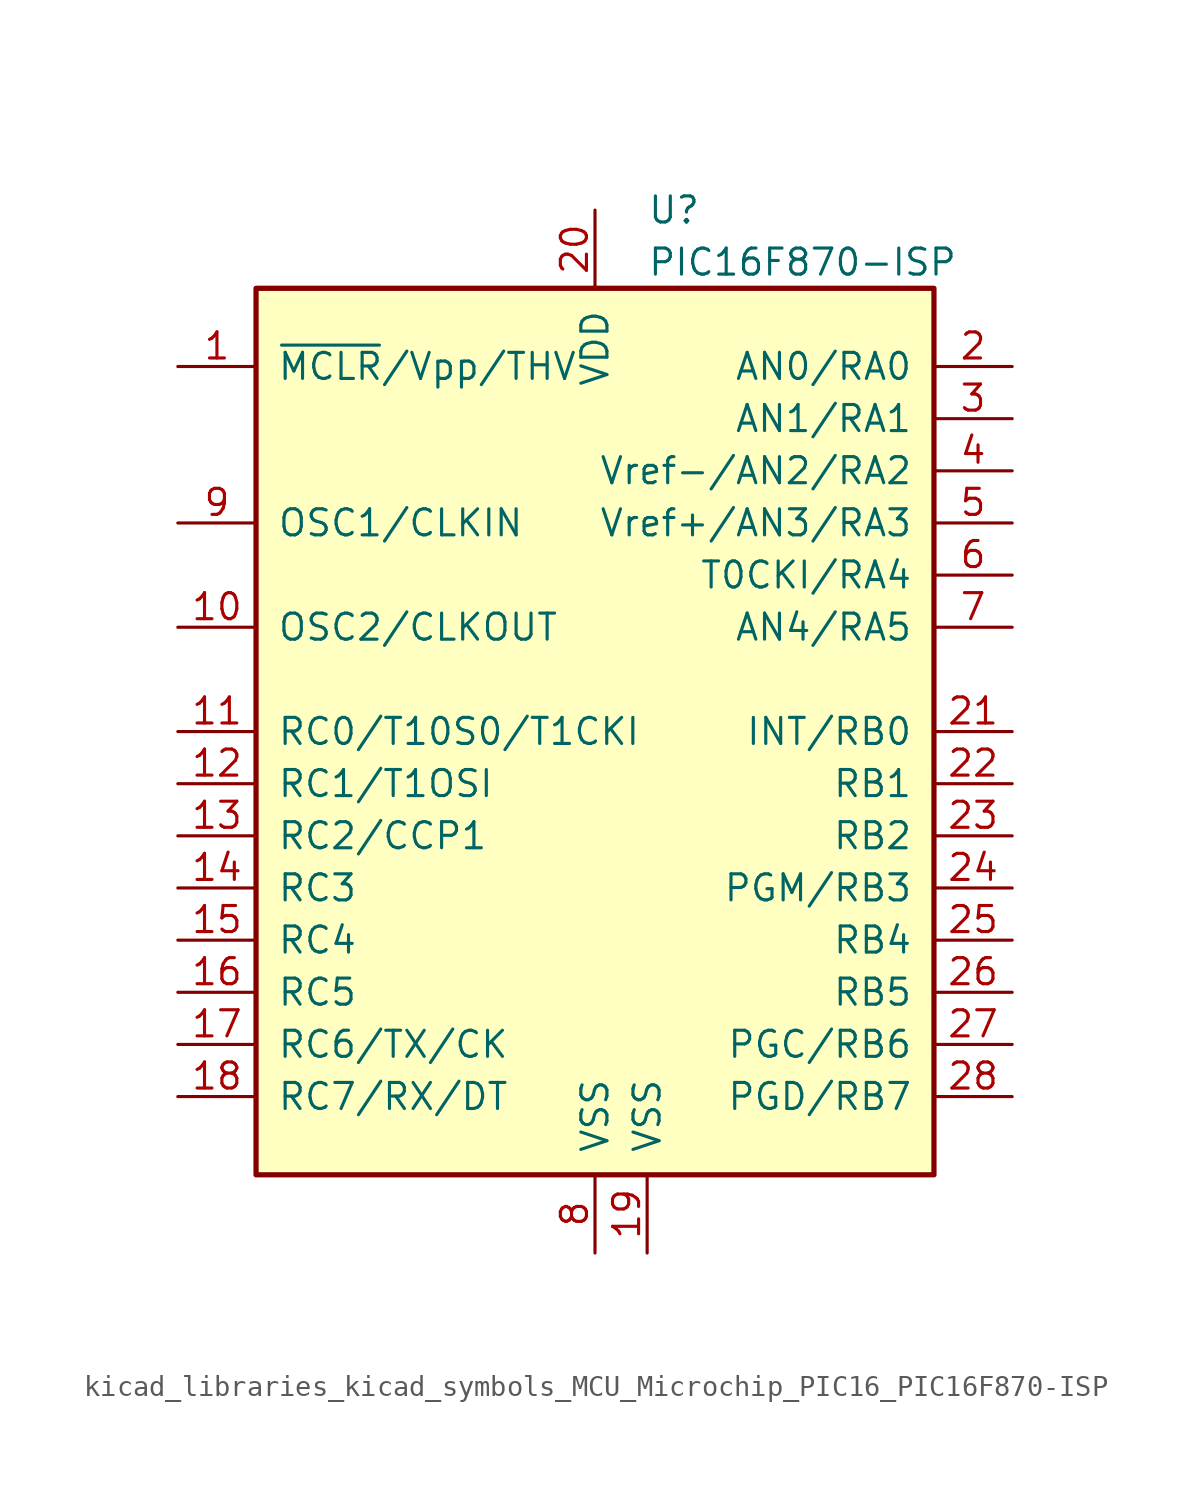
<source format=kicad_sym>
(kicad_symbol_lib
  (version 20220914)
  (generator kicad_symbol_editor)
  (symbol "kicad_libraries_kicad_symbols_MCU_Microchip_PIC16_PIC16F870-ISP"
    (pin_names
      (offset 1.016))
    (property "Reference" "U"
      (at 2.54 25.4 0)
      (effects (font (size 1.27 1.27)) (justify left)))
    (property "Value" "PIC16F870-ISP"
      (at 2.54 22.86 0)
      (effects (font (size 1.27 1.27)) (justify left)))
    (symbol "kicad_libraries_kicad_symbols_MCU_Microchip_PIC16_PIC16F870-ISP_0_1"
      (rectangle (start -16.51 -21.59) (end 16.51 21.59) (stroke (width 0.254) (type default)) (fill (type background))))
    (symbol "kicad_libraries_kicad_symbols_MCU_Microchip_PIC16_PIC16F870-ISP_1_1"
      (pin input line (at -20.32 17.78 0) (length 3.81) (name "~{MCLR}/Vpp/THV" (effects (font (size 1.27 1.27)))) (number "1" (effects (font (size 1.27 1.27)))))
      (pin output line (at -20.32 5.08 0) (length 3.81) (name "OSC2/CLKOUT" (effects (font (size 1.27 1.27)))) (number "10" (effects (font (size 1.27 1.27)))))
      (pin bidirectional line (at -20.32 0 0) (length 3.81) (name "RC0/T10S0/T1CKI" (effects (font (size 1.27 1.27)))) (number "11" (effects (font (size 1.27 1.27)))))
      (pin bidirectional line (at -20.32 -2.54 0) (length 3.81) (name "RC1/T1OSI" (effects (font (size 1.27 1.27)))) (number "12" (effects (font (size 1.27 1.27)))))
      (pin bidirectional line (at -20.32 -5.08 0) (length 3.81) (name "RC2/CCP1" (effects (font (size 1.27 1.27)))) (number "13" (effects (font (size 1.27 1.27)))))
      (pin bidirectional line (at -20.32 -7.62 0) (length 3.81) (name "RC3" (effects (font (size 1.27 1.27)))) (number "14" (effects (font (size 1.27 1.27)))))
      (pin bidirectional line (at -20.32 -10.16 0) (length 3.81) (name "RC4" (effects (font (size 1.27 1.27)))) (number "15" (effects (font (size 1.27 1.27)))))
      (pin bidirectional line (at -20.32 -12.7 0) (length 3.81) (name "RC5" (effects (font (size 1.27 1.27)))) (number "16" (effects (font (size 1.27 1.27)))))
      (pin bidirectional line (at -20.32 -15.24 0) (length 3.81) (name "RC6/TX/CK" (effects (font (size 1.27 1.27)))) (number "17" (effects (font (size 1.27 1.27)))))
      (pin bidirectional line (at -20.32 -17.78 0) (length 3.81) (name "RC7/RX/DT" (effects (font (size 1.27 1.27)))) (number "18" (effects (font (size 1.27 1.27)))))
      (pin power_in line (at 2.54 -25.4 90) (length 3.81) (name "VSS" (effects (font (size 1.27 1.27)))) (number "19" (effects (font (size 1.27 1.27)))))
      (pin bidirectional line (at 20.32 17.78 180) (length 3.81) (name "AN0/RA0" (effects (font (size 1.27 1.27)))) (number "2" (effects (font (size 1.27 1.27)))))
      (pin power_in line (at 0 25.4 270) (length 3.81) (name "VDD" (effects (font (size 1.27 1.27)))) (number "20" (effects (font (size 1.27 1.27)))))
      (pin bidirectional line (at 20.32 0 180) (length 3.81) (name "INT/RB0" (effects (font (size 1.27 1.27)))) (number "21" (effects (font (size 1.27 1.27)))))
      (pin bidirectional line (at 20.32 -2.54 180) (length 3.81) (name "RB1" (effects (font (size 1.27 1.27)))) (number "22" (effects (font (size 1.27 1.27)))))
      (pin bidirectional line (at 20.32 -5.08 180) (length 3.81) (name "RB2" (effects (font (size 1.27 1.27)))) (number "23" (effects (font (size 1.27 1.27)))))
      (pin bidirectional line (at 20.32 -7.62 180) (length 3.81) (name "PGM/RB3" (effects (font (size 1.27 1.27)))) (number "24" (effects (font (size 1.27 1.27)))))
      (pin bidirectional line (at 20.32 -10.16 180) (length 3.81) (name "RB4" (effects (font (size 1.27 1.27)))) (number "25" (effects (font (size 1.27 1.27)))))
      (pin bidirectional line (at 20.32 -12.7 180) (length 3.81) (name "RB5" (effects (font (size 1.27 1.27)))) (number "26" (effects (font (size 1.27 1.27)))))
      (pin bidirectional line (at 20.32 -15.24 180) (length 3.81) (name "PGC/RB6" (effects (font (size 1.27 1.27)))) (number "27" (effects (font (size 1.27 1.27)))))
      (pin bidirectional line (at 20.32 -17.78 180) (length 3.81) (name "PGD/RB7" (effects (font (size 1.27 1.27)))) (number "28" (effects (font (size 1.27 1.27)))))
      (pin bidirectional line (at 20.32 15.24 180) (length 3.81) (name "AN1/RA1" (effects (font (size 1.27 1.27)))) (number "3" (effects (font (size 1.27 1.27)))))
      (pin bidirectional line (at 20.32 12.7 180) (length 3.81) (name "Vref-/AN2/RA2" (effects (font (size 1.27 1.27)))) (number "4" (effects (font (size 1.27 1.27)))))
      (pin bidirectional line (at 20.32 10.16 180) (length 3.81) (name "Vref+/AN3/RA3" (effects (font (size 1.27 1.27)))) (number "5" (effects (font (size 1.27 1.27)))))
      (pin bidirectional line (at 20.32 7.62 180) (length 3.81) (name "T0CKI/RA4" (effects (font (size 1.27 1.27)))) (number "6" (effects (font (size 1.27 1.27)))))
      (pin bidirectional line (at 20.32 5.08 180) (length 3.81) (name "AN4/RA5" (effects (font (size 1.27 1.27)))) (number "7" (effects (font (size 1.27 1.27)))))
      (pin power_in line (at 0 -25.4 90) (length 3.81) (name "VSS" (effects (font (size 1.27 1.27)))) (number "8" (effects (font (size 1.27 1.27)))))
      (pin input line (at -20.32 10.16 0) (length 3.81) (name "OSC1/CLKIN" (effects (font (size 1.27 1.27)))) (number "9" (effects (font (size 1.27 1.27))))))))
</source>
